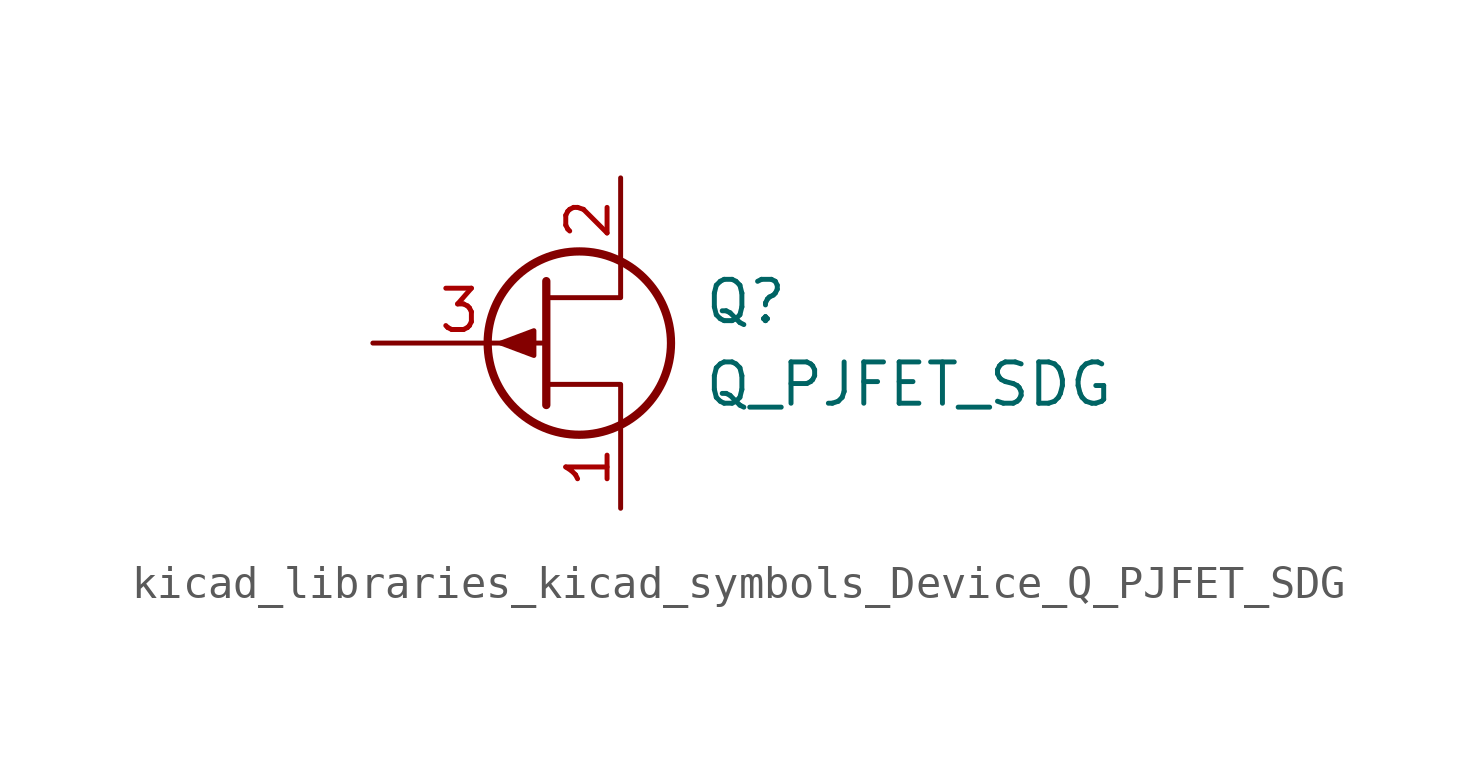
<source format=kicad_sym>
(kicad_symbol_lib
  (version 20220914)
  (generator kicad_symbol_editor)
  (symbol "kicad_libraries_kicad_symbols_Device_Q_PJFET_SDG"
    (pin_names
      (offset 0) hide)
    (property "Reference" "Q"
      (at 5.08 1.27 0)
      (effects (font (size 1.27 1.27)) (justify left)))
    (property "Value" "Q_PJFET_SDG"
      (at 5.08 -1.27 0)
      (effects (font (size 1.27 1.27)) (justify left)))
    (symbol "kicad_libraries_kicad_symbols_Device_Q_PJFET_SDG_0_1"
      (polyline (pts (xy 0.254 1.905) (xy 0.254 -1.905) (xy 0.254 -1.905)) (stroke (width 0.254) (type default)) (fill (type none)))
      (polyline (pts (xy 2.54 -2.54) (xy 2.54 -1.27) (xy 0.254 -1.27)) (stroke (width 0) (type default)) (fill (type none)))
      (polyline (pts (xy 2.54 2.54) (xy 2.54 1.397) (xy 0.254 1.397)) (stroke (width 0) (type default)) (fill (type none)))
      (polyline (pts (xy -1.143 0) (xy -0.127 0.381) (xy -0.127 -0.381) (xy -1.143 0)) (stroke (width 0) (type default)) (fill (type outline)))
      (circle (center 1.27 0) (radius 2.819) (stroke (width 0.254) (type default)) (fill (type none))))
    (symbol "kicad_libraries_kicad_symbols_Device_Q_PJFET_SDG_1_1"
      (pin passive line (at 2.54 -5.08 90) (length 2.54) (name "S" (effects (font (size 1.27 1.27)))) (number "1" (effects (font (size 1.27 1.27)))))
      (pin passive line (at 2.54 5.08 270) (length 2.54) (name "D" (effects (font (size 1.27 1.27)))) (number "2" (effects (font (size 1.27 1.27)))))
      (pin input line (at -5.08 0 0) (length 5.334) (name "G" (effects (font (size 1.27 1.27)))) (number "3" (effects (font (size 1.27 1.27))))))))
</source>
